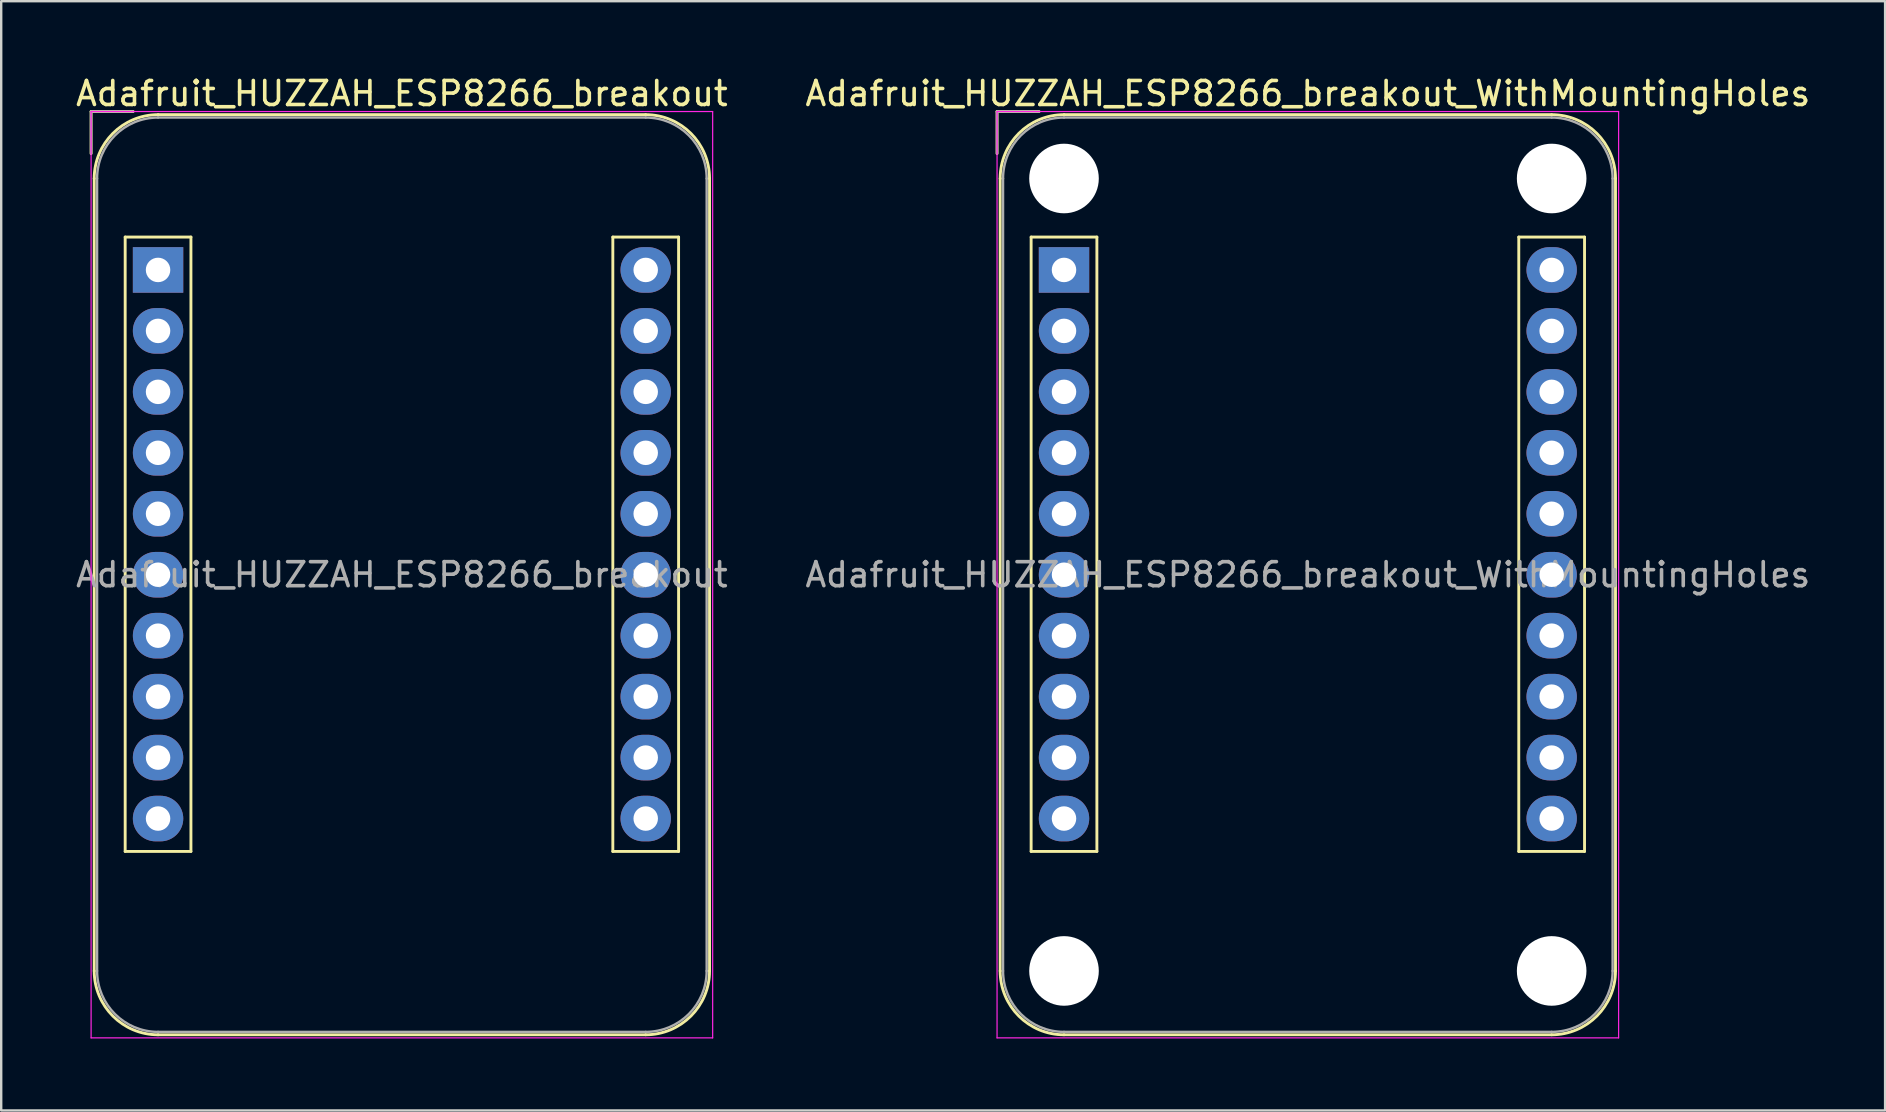
<source format=kicad_pcb>
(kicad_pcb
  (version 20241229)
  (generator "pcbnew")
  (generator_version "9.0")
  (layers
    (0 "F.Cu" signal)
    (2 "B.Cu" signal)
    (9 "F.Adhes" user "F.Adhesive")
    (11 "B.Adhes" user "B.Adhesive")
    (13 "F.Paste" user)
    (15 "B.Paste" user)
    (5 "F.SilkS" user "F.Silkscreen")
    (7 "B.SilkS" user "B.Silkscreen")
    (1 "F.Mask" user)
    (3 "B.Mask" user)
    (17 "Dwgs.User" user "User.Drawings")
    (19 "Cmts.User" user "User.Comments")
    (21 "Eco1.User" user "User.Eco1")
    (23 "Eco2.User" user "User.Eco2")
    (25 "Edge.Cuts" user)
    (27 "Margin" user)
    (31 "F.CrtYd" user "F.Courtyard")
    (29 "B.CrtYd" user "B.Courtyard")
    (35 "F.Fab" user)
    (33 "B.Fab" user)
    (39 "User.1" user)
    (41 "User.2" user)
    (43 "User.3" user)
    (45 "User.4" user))
  (footprint "Adafruit_HUZZAH_ESP8266_breakout"
    (layer "F.Cu")
    (at 3.536 8.198)
    (property "Reference" "Adafruit_HUZZAH_ESP8266_breakout" (at 10.16 -7.35 0) (layer "F.SilkS") (effects (font (size 1 1) (thickness 0.15))))
    (attr through_hole)
    (fp_line (start -2.79 -6.6) (end -1.04 -6.6) (stroke (width 0.12) (type solid)) (layer "F.SilkS"))
    (fp_line (start -2.79 -4.85) (end -2.79 -6.6) (stroke (width 0.12) (type solid)) (layer "F.SilkS"))
    (fp_line (start -2.66 -3.81) (end -2.66 29.21) (stroke (width 0.12) (type solid)) (layer "F.SilkS"))
    (fp_line (start -1.37 -1.37) (end -1.37 24.23) (stroke (width 0.12) (type solid)) (layer "F.SilkS"))
    (fp_line (start -1.37 24.23) (end 1.37 24.23) (stroke (width 0.12) (type solid)) (layer "F.SilkS"))
    (fp_line (start 0 -6.47) (end 20.32 -6.47) (stroke (width 0.12) (type solid)) (layer "F.SilkS"))
    (fp_line (start 0 31.87) (end 20.32 31.87) (stroke (width 0.12) (type solid)) (layer "F.SilkS"))
    (fp_line (start 1.37 -1.37) (end -1.37 -1.37) (stroke (width 0.12) (type solid)) (layer "F.SilkS"))
    (fp_line (start 1.37 24.23) (end 1.37 -1.37) (stroke (width 0.12) (type solid)) (layer "F.SilkS"))
    (fp_line (start 18.95 -1.37) (end 18.95 24.23) (stroke (width 0.12) (type solid)) (layer "F.SilkS"))
    (fp_line (start 18.95 24.23) (end 21.69 24.23) (stroke (width 0.12) (type solid)) (layer "F.SilkS"))
    (fp_line (start 21.69 -1.37) (end 18.95 -1.37) (stroke (width 0.12) (type solid)) (layer "F.SilkS"))
    (fp_line (start 21.69 24.23) (end 21.69 -1.37) (stroke (width 0.12) (type solid)) (layer "F.SilkS"))
    (fp_line (start 22.98 -3.81) (end 22.98 29.21) (stroke (width 0.12) (type solid)) (layer "F.SilkS"))
    (fp_arc (start -2.66 -3.81) (mid -1.880904 -5.690904) (end 0 -6.47) (stroke (width 0.12) (type solid)) (layer "F.SilkS"))
    (fp_arc (start 0 31.87) (mid -1.880904 31.090904) (end -2.66 29.21) (stroke (width 0.12) (type solid)) (layer "F.SilkS"))
    (fp_arc (start 20.32 -6.47) (mid 22.200904 -5.690904) (end 22.98 -3.81) (stroke (width 0.12) (type solid)) (layer "F.SilkS"))
    (fp_arc (start 22.98 29.21) (mid 22.200904 31.090904) (end 20.32 31.87) (stroke (width 0.12) (type solid)) (layer "F.SilkS"))
    (fp_line (start -2.79 -6.6) (end -2.79 32) (stroke (width 0.05) (type solid)) (layer "F.CrtYd"))
    (fp_line (start -2.79 32) (end 23.11 32) (stroke (width 0.05) (type solid)) (layer "F.CrtYd"))
    (fp_line (start 23.11 -6.6) (end -2.79 -6.6) (stroke (width 0.05) (type solid)) (layer "F.CrtYd"))
    (fp_line (start 23.11 32) (end 23.11 -6.6) (stroke (width 0.05) (type solid)) (layer "F.CrtYd"))
    (fp_line (start -2.79 -6.6) (end -1.04 -6.6) (stroke (width 0.1) (type solid)) (layer "F.Fab"))
    (fp_line (start -2.79 -4.85) (end -2.79 -6.6) (stroke (width 0.1) (type solid)) (layer "F.Fab"))
    (fp_line (start -2.54 -3.81) (end -2.54 29.21) (stroke (width 0.1) (type solid)) (layer "F.Fab"))
    (fp_line (start 0 -6.35) (end 20.32 -6.35) (stroke (width 0.1) (type solid)) (layer "F.Fab"))
    (fp_line (start 0 31.75) (end 20.32 31.75) (stroke (width 0.1) (type solid)) (layer "F.Fab"))
    (fp_line (start 22.86 -3.81) (end 22.86 29.21) (stroke (width 0.1) (type solid)) (layer "F.Fab"))
    (fp_arc (start -2.54 -3.81) (mid -1.796051 -5.606051) (end 0 -6.35) (stroke (width 0.1) (type solid)) (layer "F.Fab"))
    (fp_arc (start 0 31.75) (mid -1.796051 31.006051) (end -2.54 29.21) (stroke (width 0.1) (type solid)) (layer "F.Fab"))
    (fp_arc (start 20.32 -6.35) (mid 22.116051 -5.606051) (end 22.86 -3.81) (stroke (width 0.1) (type solid)) (layer "F.Fab"))
    (fp_arc (start 22.86 29.21) (mid 22.116051 31.006051) (end 20.32 31.75) (stroke (width 0.1) (type solid)) (layer "F.Fab"))
    (fp_text user "${REFERENCE}" (at 10.16 12.7 0) (layer "F.Fab") (effects (font (size 1 1) (thickness 0.15))))
    (pad "1" thru_hole rect (at 0 0) (size 2.1 1.9) (drill 1.02) (layers "*.Cu" "*.Mask"))
    (pad "2" thru_hole oval (at 0 2.54) (size 2.1 1.9) (drill 1.02) (layers "*.Cu" "*.Mask"))
    (pad "3" thru_hole oval (at 0 5.08) (size 2.1 1.9) (drill 1.02) (layers "*.Cu" "*.Mask"))
    (pad "4" thru_hole oval (at 0 7.62) (size 2.1 1.9) (drill 1.02) (layers "*.Cu" "*.Mask"))
    (pad "5" thru_hole oval (at 0 10.16) (size 2.1 1.9) (drill 1.02) (layers "*.Cu" "*.Mask"))
    (pad "6" thru_hole oval (at 0 12.7) (size 2.1 1.9) (drill 1.02) (layers "*.Cu" "*.Mask"))
    (pad "7" thru_hole oval (at 0 15.24) (size 2.1 1.9) (drill 1.02) (layers "*.Cu" "*.Mask"))
    (pad "8" thru_hole oval (at 0 17.78) (size 2.1 1.9) (drill 1.02) (layers "*.Cu" "*.Mask"))
    (pad "9" thru_hole oval (at 0 20.32) (size 2.1 1.9) (drill 1.02) (layers "*.Cu" "*.Mask"))
    (pad "10" thru_hole oval (at 0 22.86) (size 2.1 1.9) (drill 1.02) (layers "*.Cu" "*.Mask"))
    (pad "11" thru_hole oval (at 20.32 22.86) (size 2.1 1.9) (drill 1.02) (layers "*.Cu" "*.Mask"))
    (pad "12" thru_hole oval (at 20.32 20.32) (size 2.1 1.9) (drill 1.02) (layers "*.Cu" "*.Mask"))
    (pad "13" thru_hole oval (at 20.32 17.78) (size 2.1 1.9) (drill 1.02) (layers "*.Cu" "*.Mask"))
    (pad "14" thru_hole oval (at 20.32 15.24) (size 2.1 1.9) (drill 1.02) (layers "*.Cu" "*.Mask"))
    (pad "15" thru_hole oval (at 20.32 12.7) (size 2.1 1.9) (drill 1.02) (layers "*.Cu" "*.Mask"))
    (pad "16" thru_hole oval (at 20.32 10.16) (size 2.1 1.9) (drill 1.02) (layers "*.Cu" "*.Mask"))
    (pad "17" thru_hole oval (at 20.32 7.62) (size 2.1 1.9) (drill 1.02) (layers "*.Cu" "*.Mask"))
    (pad "18" thru_hole oval (at 20.32 5.08) (size 2.1 1.9) (drill 1.02) (layers "*.Cu" "*.Mask"))
    (pad "19" thru_hole oval (at 20.32 2.54) (size 2.1 1.9) (drill 1.02) (layers "*.Cu" "*.Mask"))
    (pad "20" thru_hole oval (at 20.32 0) (size 2.1 1.9) (drill 1.02) (layers "*.Cu" "*.Mask")))
  (footprint "Adafruit_HUZZAH_ESP8266_breakout_WithMountingHoles"
    (layer "F.Cu")
    (at 41.286 8.198)
    (property "Reference" "Adafruit_HUZZAH_ESP8266_breakout_WithMountingHoles" (at 10.16 -7.35 0) (layer "F.SilkS") (effects (font (size 1 1) (thickness 0.15))))
    (attr through_hole)
    (fp_line (start -2.79 -6.6) (end -1.04 -6.6) (stroke (width 0.12) (type solid)) (layer "F.SilkS"))
    (fp_line (start -2.79 -4.85) (end -2.79 -6.6) (stroke (width 0.12) (type solid)) (layer "F.SilkS"))
    (fp_line (start -2.66 -3.81) (end -2.66 29.21) (stroke (width 0.12) (type solid)) (layer "F.SilkS"))
    (fp_line (start -1.37 -1.37) (end -1.37 24.23) (stroke (width 0.12) (type solid)) (layer "F.SilkS"))
    (fp_line (start -1.37 24.23) (end 1.37 24.23) (stroke (width 0.12) (type solid)) (layer "F.SilkS"))
    (fp_line (start 0 -6.47) (end 20.32 -6.47) (stroke (width 0.12) (type solid)) (layer "F.SilkS"))
    (fp_line (start 0 31.87) (end 20.32 31.87) (stroke (width 0.12) (type solid)) (layer "F.SilkS"))
    (fp_line (start 1.37 -1.37) (end -1.37 -1.37) (stroke (width 0.12) (type solid)) (layer "F.SilkS"))
    (fp_line (start 1.37 24.23) (end 1.37 -1.37) (stroke (width 0.12) (type solid)) (layer "F.SilkS"))
    (fp_line (start 18.95 -1.37) (end 18.95 24.23) (stroke (width 0.12) (type solid)) (layer "F.SilkS"))
    (fp_line (start 18.95 24.23) (end 21.69 24.23) (stroke (width 0.12) (type solid)) (layer "F.SilkS"))
    (fp_line (start 21.69 -1.37) (end 18.95 -1.37) (stroke (width 0.12) (type solid)) (layer "F.SilkS"))
    (fp_line (start 21.69 24.23) (end 21.69 -1.37) (stroke (width 0.12) (type solid)) (layer "F.SilkS"))
    (fp_line (start 22.98 -3.81) (end 22.98 29.21) (stroke (width 0.12) (type solid)) (layer "F.SilkS"))
    (fp_arc (start -2.66 -3.81) (mid -1.880904 -5.690904) (end 0 -6.47) (stroke (width 0.12) (type solid)) (layer "F.SilkS"))
    (fp_arc (start 0 31.87) (mid -1.880904 31.090904) (end -2.66 29.21) (stroke (width 0.12) (type solid)) (layer "F.SilkS"))
    (fp_arc (start 20.32 -6.47) (mid 22.200904 -5.690904) (end 22.98 -3.81) (stroke (width 0.12) (type solid)) (layer "F.SilkS"))
    (fp_arc (start 22.98 29.21) (mid 22.200904 31.090904) (end 20.32 31.87) (stroke (width 0.12) (type solid)) (layer "F.SilkS"))
    (fp_line (start -2.79 -6.6) (end -2.79 32) (stroke (width 0.05) (type solid)) (layer "F.CrtYd"))
    (fp_line (start -2.79 32) (end 23.11 32) (stroke (width 0.05) (type solid)) (layer "F.CrtYd"))
    (fp_line (start 23.11 -6.6) (end -2.79 -6.6) (stroke (width 0.05) (type solid)) (layer "F.CrtYd"))
    (fp_line (start 23.11 32) (end 23.11 -6.6) (stroke (width 0.05) (type solid)) (layer "F.CrtYd"))
    (fp_line (start -2.79 -6.6) (end -1.04 -6.6) (stroke (width 0.1) (type solid)) (layer "F.Fab"))
    (fp_line (start -2.79 -4.85) (end -2.79 -6.6) (stroke (width 0.1) (type solid)) (layer "F.Fab"))
    (fp_line (start -2.54 -3.81) (end -2.54 29.21) (stroke (width 0.1) (type solid)) (layer "F.Fab"))
    (fp_line (start 0 -6.35) (end 20.32 -6.35) (stroke (width 0.1) (type solid)) (layer "F.Fab"))
    (fp_line (start 0 31.75) (end 20.32 31.75) (stroke (width 0.1) (type solid)) (layer "F.Fab"))
    (fp_line (start 22.86 -3.81) (end 22.86 29.21) (stroke (width 0.1) (type solid)) (layer "F.Fab"))
    (fp_arc (start -2.54 -3.81) (mid -1.796051 -5.606051) (end 0 -6.35) (stroke (width 0.1) (type solid)) (layer "F.Fab"))
    (fp_arc (start 0 31.75) (mid -1.796051 31.006051) (end -2.54 29.21) (stroke (width 0.1) (type solid)) (layer "F.Fab"))
    (fp_arc (start 20.32 -6.35) (mid 22.116051 -5.606051) (end 22.86 -3.81) (stroke (width 0.1) (type solid)) (layer "F.Fab"))
    (fp_arc (start 22.86 29.21) (mid 22.116051 31.006051) (end 20.32 31.75) (stroke (width 0.1) (type solid)) (layer "F.Fab"))
    (fp_text user "${REFERENCE}" (at 10.16 12.7 0) (layer "F.Fab") (effects (font (size 1 1) (thickness 0.15))))
    (pad "" np_thru_hole circle (at 0 -3.81) (size 2.9 2.9) (drill 2.9) (layers "*.Cu" "*.Mask"))
    (pad "" np_thru_hole circle (at 0 29.21) (size 2.9 2.9) (drill 2.9) (layers "*.Cu" "*.Mask"))
    (pad "" np_thru_hole circle (at 20.32 -3.81) (size 2.9 2.9) (drill 2.9) (layers "*.Cu" "*.Mask"))
    (pad "" np_thru_hole circle (at 20.32 29.21) (size 2.9 2.9) (drill 2.9) (layers "*.Cu" "*.Mask"))
    (pad "1" thru_hole rect (at 0 0) (size 2.1 1.9) (drill 1.02) (layers "*.Cu" "*.Mask"))
    (pad "2" thru_hole oval (at 0 2.54) (size 2.1 1.9) (drill 1.02) (layers "*.Cu" "*.Mask"))
    (pad "3" thru_hole oval (at 0 5.08) (size 2.1 1.9) (drill 1.02) (layers "*.Cu" "*.Mask"))
    (pad "4" thru_hole oval (at 0 7.62) (size 2.1 1.9) (drill 1.02) (layers "*.Cu" "*.Mask"))
    (pad "5" thru_hole oval (at 0 10.16) (size 2.1 1.9) (drill 1.02) (layers "*.Cu" "*.Mask"))
    (pad "6" thru_hole oval (at 0 12.7) (size 2.1 1.9) (drill 1.02) (layers "*.Cu" "*.Mask"))
    (pad "7" thru_hole oval (at 0 15.24) (size 2.1 1.9) (drill 1.02) (layers "*.Cu" "*.Mask"))
    (pad "8" thru_hole oval (at 0 17.78) (size 2.1 1.9) (drill 1.02) (layers "*.Cu" "*.Mask"))
    (pad "9" thru_hole oval (at 0 20.32) (size 2.1 1.9) (drill 1.02) (layers "*.Cu" "*.Mask"))
    (pad "10" thru_hole oval (at 0 22.86) (size 2.1 1.9) (drill 1.02) (layers "*.Cu" "*.Mask"))
    (pad "11" thru_hole oval (at 20.32 22.86) (size 2.1 1.9) (drill 1.02) (layers "*.Cu" "*.Mask"))
    (pad "12" thru_hole oval (at 20.32 20.32) (size 2.1 1.9) (drill 1.02) (layers "*.Cu" "*.Mask"))
    (pad "13" thru_hole oval (at 20.32 17.78) (size 2.1 1.9) (drill 1.02) (layers "*.Cu" "*.Mask"))
    (pad "14" thru_hole oval (at 20.32 15.24) (size 2.1 1.9) (drill 1.02) (layers "*.Cu" "*.Mask"))
    (pad "15" thru_hole oval (at 20.32 12.7) (size 2.1 1.9) (drill 1.02) (layers "*.Cu" "*.Mask"))
    (pad "16" thru_hole oval (at 20.32 10.16) (size 2.1 1.9) (drill 1.02) (layers "*.Cu" "*.Mask"))
    (pad "17" thru_hole oval (at 20.32 7.62) (size 2.1 1.9) (drill 1.02) (layers "*.Cu" "*.Mask"))
    (pad "18" thru_hole oval (at 20.32 5.08) (size 2.1 1.9) (drill 1.02) (layers "*.Cu" "*.Mask"))
    (pad "19" thru_hole oval (at 20.32 2.54) (size 2.1 1.9) (drill 1.02) (layers "*.Cu" "*.Mask"))
    (pad "20" thru_hole oval (at 20.32 0) (size 2.1 1.9) (drill 1.02) (layers "*.Cu" "*.Mask")))
  (gr_rect
    (start -3 -3)
    (end 75.5 43.223)
    (stroke (width 0.1) (type default))
    (fill no)
    (layer "Edge.Cuts")))
</source>
